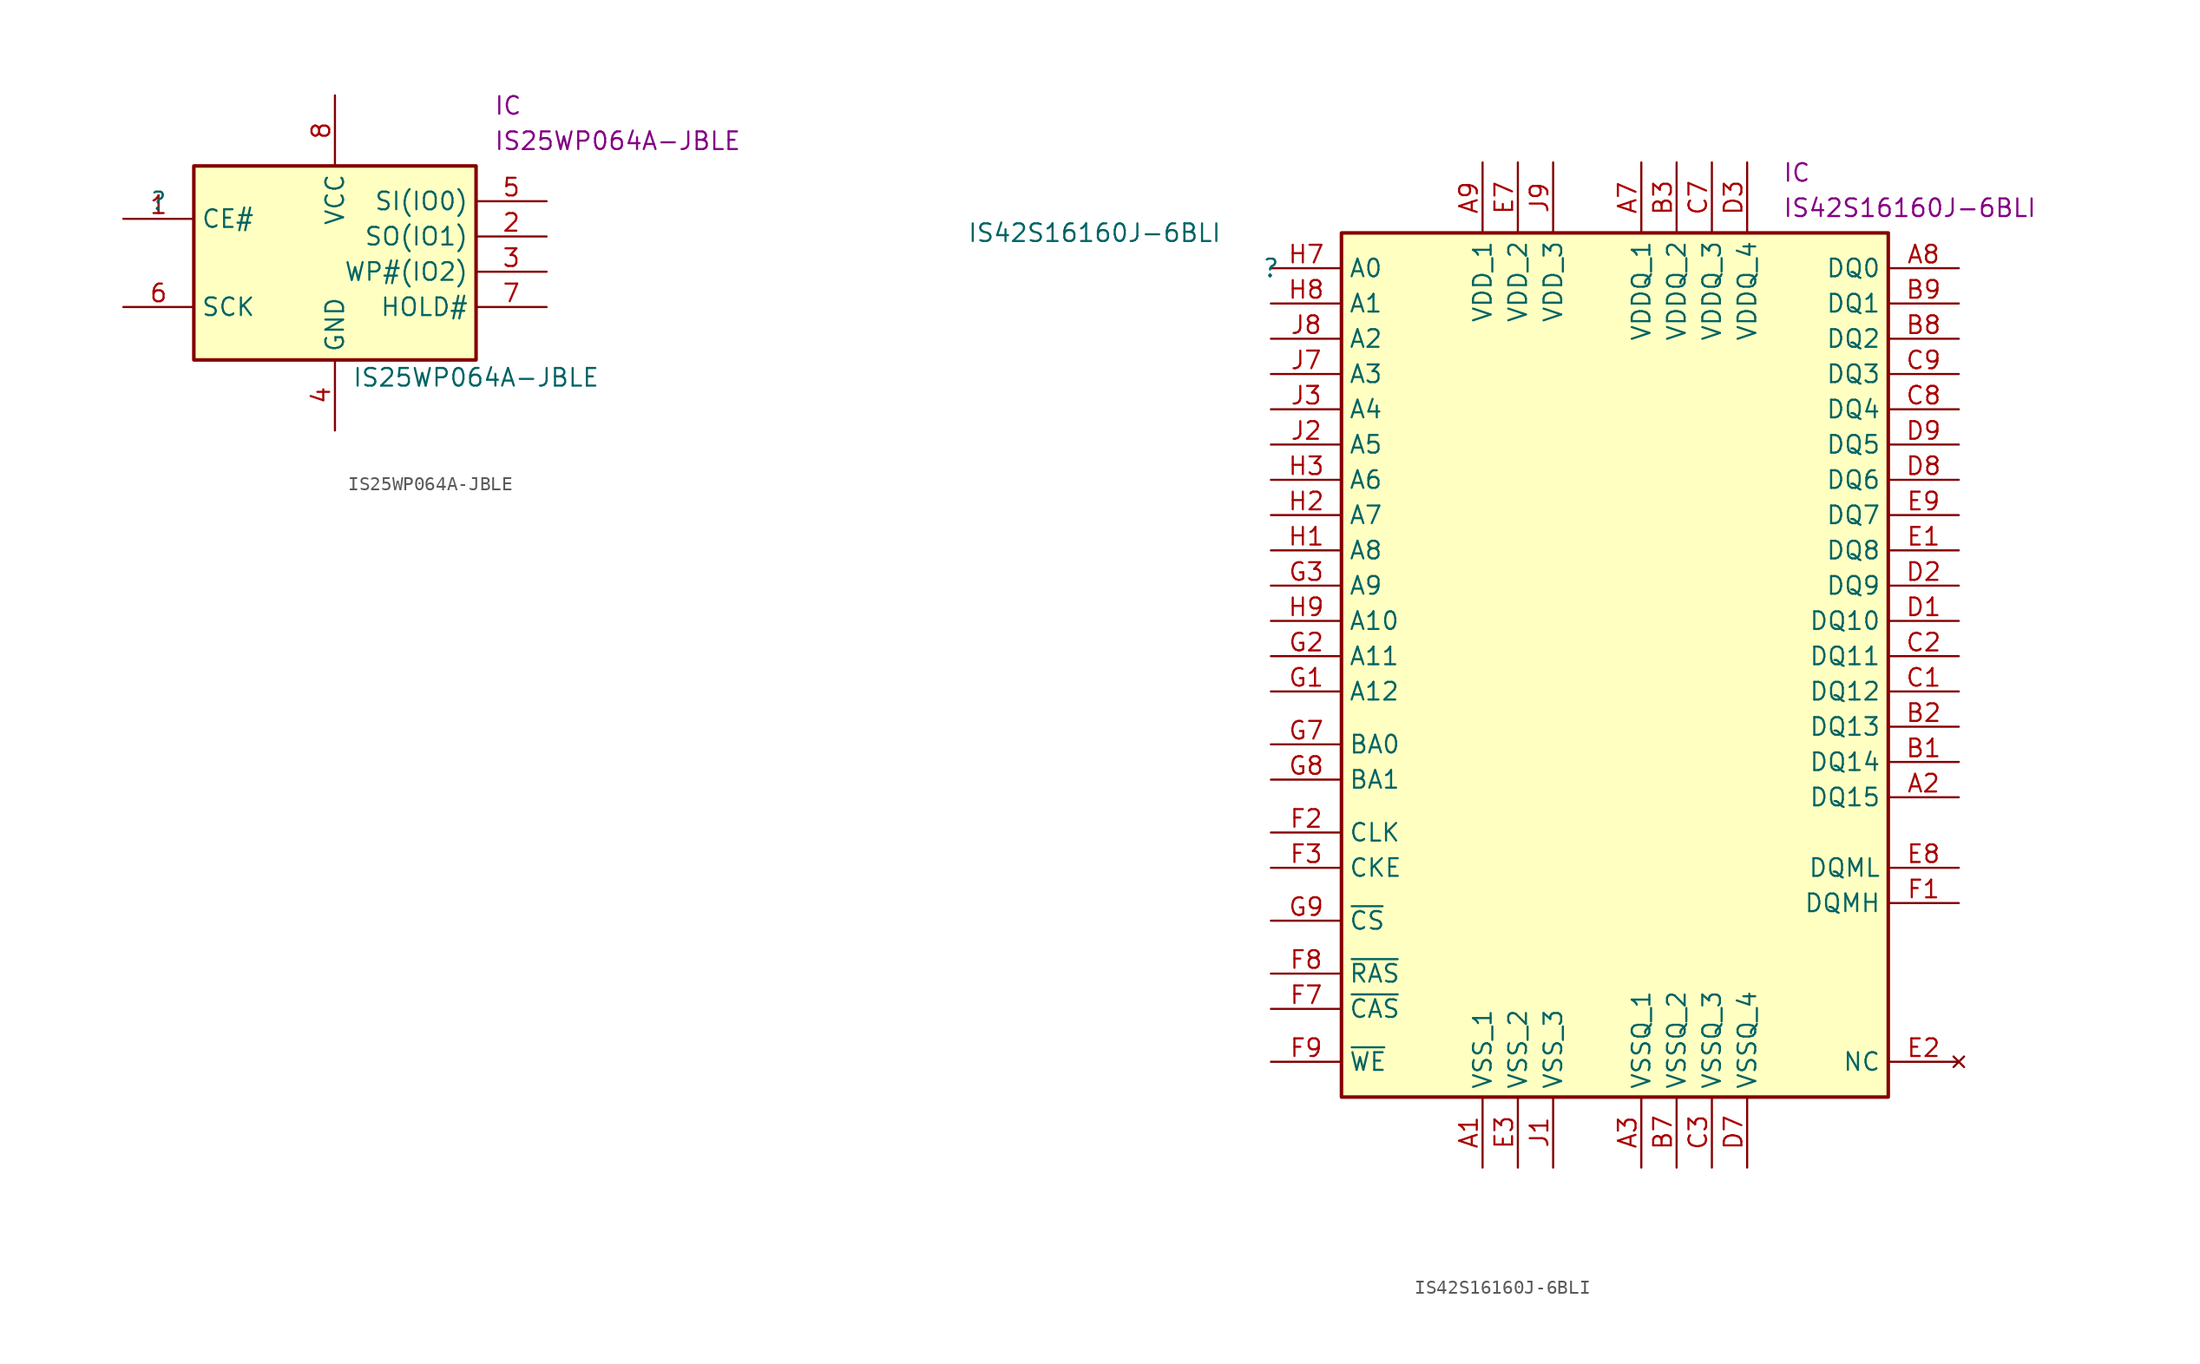
<source format=kicad_sym>
(kicad_symbol_lib
  (version 20211014)
  (generator kicad_symbol_editor)
  (symbol "IS25WP064A-JBLE"
    (property "Reference" ""
      (at 0 0 0)
      (effects (font (size 1.27 1.27))))
    (property "Value" "IS25WP064A-JBLE"
      (at 22.86 -12.7 0)
      (effects (font (size 1.27 1.27))))
    (property "Reference_1" "IC"
      (at 24.13 7.62 0)
      (effects (font (size 1.27 1.27)) (justify left top)))
    (property "Value_1" "IS25WP064A-JBLE"
      (at 24.13 5.08 0)
      (effects (font (size 1.27 1.27)) (justify left top)))
    (symbol "IS25WP064A-JBLE_1_1"
      (rectangle (start 2.54 2.54) (end 22.86 -11.43) (stroke (width 0.254) (type default) (color 0 0 0 0)) (fill (type background)))
      (pin passive line (at -2.54 -1.27 0) (length 5.08) (name "CE#" (effects (font (size 1.27 1.27)))) (number "1" (effects (font (size 1.27 1.27)))))
      (pin passive line (at 27.94 -2.54 180) (length 5.08) (name "SO(IO1)" (effects (font (size 1.27 1.27)))) (number "2" (effects (font (size 1.27 1.27)))))
      (pin passive line (at 27.94 -5.08 180) (length 5.08) (name "WP#(IO2)" (effects (font (size 1.27 1.27)))) (number "3" (effects (font (size 1.27 1.27)))))
      (pin power_in line (at 12.7 -16.51 90) (length 5.08) (name "GND" (effects (font (size 1.27 1.27)))) (number "4" (effects (font (size 1.27 1.27)))))
      (pin passive line (at 27.94 0 180) (length 5.08) (name "SI(IO0)" (effects (font (size 1.27 1.27)))) (number "5" (effects (font (size 1.27 1.27)))))
      (pin passive line (at -2.54 -7.62 0) (length 5.08) (name "SCK" (effects (font (size 1.27 1.27)))) (number "6" (effects (font (size 1.27 1.27)))))
      (pin passive line (at 27.94 -7.62 180) (length 5.08) (name "HOLD#" (effects (font (size 1.27 1.27)))) (number "7" (effects (font (size 1.27 1.27)))))
      (pin power_in line (at 12.7 7.62 270) (length 5.08) (name "VCC" (effects (font (size 1.27 1.27)))) (number "8" (effects (font (size 1.27 1.27)))))))
  (symbol "IS42S16160J-6BLI"
    (property "Reference" ""
      (at 0 0 0)
      (effects (font (size 1.27 1.27))))
    (property "Value" "IS42S16160J-6BLI"
      (at -12.7 2.54 0)
      (effects (font (size 1.27 1.27))))
    (property "Reference_1" "IC"
      (at 36.83 7.62 0)
      (effects (font (size 1.27 1.27)) (justify left top)))
    (property "Value_1" "IS42S16160J-6BLI"
      (at 36.83 5.08 0)
      (effects (font (size 1.27 1.27)) (justify left top)))
    (symbol "IS42S16160J-6BLI_1_1"
      (rectangle (start 5.08 2.54) (end 44.45 -59.69) (stroke (width 0.254) (type default) (color 0 0 0 0)) (fill (type background)))
      (pin power_in line (at 15.24 -64.77 90) (length 5.08) (name "VSS_1" (effects (font (size 1.27 1.27)))) (number "A1" (effects (font (size 1.27 1.27)))))
      (pin passive line (at 49.53 -38.1 180) (length 5.08) (name "DQ15" (effects (font (size 1.27 1.27)))) (number "A2" (effects (font (size 1.27 1.27)))))
      (pin power_in line (at 26.67 -64.77 90) (length 5.08) (name "VSSQ_1" (effects (font (size 1.27 1.27)))) (number "A3" (effects (font (size 1.27 1.27)))))
      (pin power_in line (at 26.67 7.62 270) (length 5.08) (name "VDDQ_1" (effects (font (size 1.27 1.27)))) (number "A7" (effects (font (size 1.27 1.27)))))
      (pin passive line (at 49.53 0 180) (length 5.08) (name "DQ0" (effects (font (size 1.27 1.27)))) (number "A8" (effects (font (size 1.27 1.27)))))
      (pin power_in line (at 15.24 7.62 270) (length 5.08) (name "VDD_1" (effects (font (size 1.27 1.27)))) (number "A9" (effects (font (size 1.27 1.27)))))
      (pin passive line (at 49.53 -35.56 180) (length 5.08) (name "DQ14" (effects (font (size 1.27 1.27)))) (number "B1" (effects (font (size 1.27 1.27)))))
      (pin passive line (at 49.53 -33.02 180) (length 5.08) (name "DQ13" (effects (font (size 1.27 1.27)))) (number "B2" (effects (font (size 1.27 1.27)))))
      (pin power_in line (at 29.21 7.62 270) (length 5.08) (name "VDDQ_2" (effects (font (size 1.27 1.27)))) (number "B3" (effects (font (size 1.27 1.27)))))
      (pin power_in line (at 29.21 -64.77 90) (length 5.08) (name "VSSQ_2" (effects (font (size 1.27 1.27)))) (number "B7" (effects (font (size 1.27 1.27)))))
      (pin passive line (at 49.53 -5.08 180) (length 5.08) (name "DQ2" (effects (font (size 1.27 1.27)))) (number "B8" (effects (font (size 1.27 1.27)))))
      (pin passive line (at 49.53 -2.54 180) (length 5.08) (name "DQ1" (effects (font (size 1.27 1.27)))) (number "B9" (effects (font (size 1.27 1.27)))))
      (pin passive line (at 49.53 -30.48 180) (length 5.08) (name "DQ12" (effects (font (size 1.27 1.27)))) (number "C1" (effects (font (size 1.27 1.27)))))
      (pin passive line (at 49.53 -27.94 180) (length 5.08) (name "DQ11" (effects (font (size 1.27 1.27)))) (number "C2" (effects (font (size 1.27 1.27)))))
      (pin power_in line (at 31.75 -64.77 90) (length 5.08) (name "VSSQ_3" (effects (font (size 1.27 1.27)))) (number "C3" (effects (font (size 1.27 1.27)))))
      (pin power_in line (at 31.75 7.62 270) (length 5.08) (name "VDDQ_3" (effects (font (size 1.27 1.27)))) (number "C7" (effects (font (size 1.27 1.27)))))
      (pin passive line (at 49.53 -10.16 180) (length 5.08) (name "DQ4" (effects (font (size 1.27 1.27)))) (number "C8" (effects (font (size 1.27 1.27)))))
      (pin passive line (at 49.53 -7.62 180) (length 5.08) (name "DQ3" (effects (font (size 1.27 1.27)))) (number "C9" (effects (font (size 1.27 1.27)))))
      (pin passive line (at 49.53 -25.4 180) (length 5.08) (name "DQ10" (effects (font (size 1.27 1.27)))) (number "D1" (effects (font (size 1.27 1.27)))))
      (pin passive line (at 49.53 -22.86 180) (length 5.08) (name "DQ9" (effects (font (size 1.27 1.27)))) (number "D2" (effects (font (size 1.27 1.27)))))
      (pin power_in line (at 34.29 7.62 270) (length 5.08) (name "VDDQ_4" (effects (font (size 1.27 1.27)))) (number "D3" (effects (font (size 1.27 1.27)))))
      (pin power_in line (at 34.29 -64.77 90) (length 5.08) (name "VSSQ_4" (effects (font (size 1.27 1.27)))) (number "D7" (effects (font (size 1.27 1.27)))))
      (pin passive line (at 49.53 -15.24 180) (length 5.08) (name "DQ6" (effects (font (size 1.27 1.27)))) (number "D8" (effects (font (size 1.27 1.27)))))
      (pin passive line (at 49.53 -12.7 180) (length 5.08) (name "DQ5" (effects (font (size 1.27 1.27)))) (number "D9" (effects (font (size 1.27 1.27)))))
      (pin passive line (at 49.53 -20.32 180) (length 5.08) (name "DQ8" (effects (font (size 1.27 1.27)))) (number "E1" (effects (font (size 1.27 1.27)))))
      (pin no_connect line (at 49.53 -57.15 180) (length 5.08) (name "NC" (effects (font (size 1.27 1.27)))) (number "E2" (effects (font (size 1.27 1.27)))))
      (pin power_in line (at 17.78 -64.77 90) (length 5.08) (name "VSS_2" (effects (font (size 1.27 1.27)))) (number "E3" (effects (font (size 1.27 1.27)))))
      (pin power_in line (at 17.78 7.62 270) (length 5.08) (name "VDD_2" (effects (font (size 1.27 1.27)))) (number "E7" (effects (font (size 1.27 1.27)))))
      (pin passive line (at 49.53 -43.18 180) (length 5.08) (name "DQML" (effects (font (size 1.27 1.27)))) (number "E8" (effects (font (size 1.27 1.27)))))
      (pin passive line (at 49.53 -17.78 180) (length 5.08) (name "DQ7" (effects (font (size 1.27 1.27)))) (number "E9" (effects (font (size 1.27 1.27)))))
      (pin passive line (at 49.53 -45.72 180) (length 5.08) (name "DQMH" (effects (font (size 1.27 1.27)))) (number "F1" (effects (font (size 1.27 1.27)))))
      (pin passive line (at 0 -40.64 0) (length 5.08) (name "CLK" (effects (font (size 1.27 1.27)))) (number "F2" (effects (font (size 1.27 1.27)))))
      (pin passive line (at 0 -43.18 0) (length 5.08) (name "CKE" (effects (font (size 1.27 1.27)))) (number "F3" (effects (font (size 1.27 1.27)))))
      (pin passive line (at 0 -53.34 0) (length 5.08) (name "~{CAS}" (effects (font (size 1.27 1.27)))) (number "F7" (effects (font (size 1.27 1.27)))))
      (pin passive line (at 0 -50.8 0) (length 5.08) (name "~{RAS}" (effects (font (size 1.27 1.27)))) (number "F8" (effects (font (size 1.27 1.27)))))
      (pin passive line (at 0 -57.15 0) (length 5.08) (name "~{WE}" (effects (font (size 1.27 1.27)))) (number "F9" (effects (font (size 1.27 1.27)))))
      (pin passive line (at 0 -30.48 0) (length 5.08) (name "A12" (effects (font (size 1.27 1.27)))) (number "G1" (effects (font (size 1.27 1.27)))))
      (pin passive line (at 0 -27.94 0) (length 5.08) (name "A11" (effects (font (size 1.27 1.27)))) (number "G2" (effects (font (size 1.27 1.27)))))
      (pin passive line (at 0 -22.86 0) (length 5.08) (name "A9" (effects (font (size 1.27 1.27)))) (number "G3" (effects (font (size 1.27 1.27)))))
      (pin passive line (at 0 -34.29 0) (length 5.08) (name "BA0" (effects (font (size 1.27 1.27)))) (number "G7" (effects (font (size 1.27 1.27)))))
      (pin passive line (at 0 -36.83 0) (length 5.08) (name "BA1" (effects (font (size 1.27 1.27)))) (number "G8" (effects (font (size 1.27 1.27)))))
      (pin passive line (at 0 -46.99 0) (length 5.08) (name "~{CS}" (effects (font (size 1.27 1.27)))) (number "G9" (effects (font (size 1.27 1.27)))))
      (pin passive line (at 0 -20.32 0) (length 5.08) (name "A8" (effects (font (size 1.27 1.27)))) (number "H1" (effects (font (size 1.27 1.27)))))
      (pin passive line (at 0 -17.78 0) (length 5.08) (name "A7" (effects (font (size 1.27 1.27)))) (number "H2" (effects (font (size 1.27 1.27)))))
      (pin passive line (at 0 -15.24 0) (length 5.08) (name "A6" (effects (font (size 1.27 1.27)))) (number "H3" (effects (font (size 1.27 1.27)))))
      (pin passive line (at 0 0 0) (length 5.08) (name "A0" (effects (font (size 1.27 1.27)))) (number "H7" (effects (font (size 1.27 1.27)))))
      (pin passive line (at 0 -2.54 0) (length 5.08) (name "A1" (effects (font (size 1.27 1.27)))) (number "H8" (effects (font (size 1.27 1.27)))))
      (pin passive line (at 0 -25.4 0) (length 5.08) (name "A10" (effects (font (size 1.27 1.27)))) (number "H9" (effects (font (size 1.27 1.27)))))
      (pin power_in line (at 20.32 -64.77 90) (length 5.08) (name "VSS_3" (effects (font (size 1.27 1.27)))) (number "J1" (effects (font (size 1.27 1.27)))))
      (pin passive line (at 0 -12.7 0) (length 5.08) (name "A5" (effects (font (size 1.27 1.27)))) (number "J2" (effects (font (size 1.27 1.27)))))
      (pin passive line (at 0 -10.16 0) (length 5.08) (name "A4" (effects (font (size 1.27 1.27)))) (number "J3" (effects (font (size 1.27 1.27)))))
      (pin passive line (at 0 -7.62 0) (length 5.08) (name "A3" (effects (font (size 1.27 1.27)))) (number "J7" (effects (font (size 1.27 1.27)))))
      (pin passive line (at 0 -5.08 0) (length 5.08) (name "A2" (effects (font (size 1.27 1.27)))) (number "J8" (effects (font (size 1.27 1.27)))))
      (pin power_in line (at 20.32 7.62 270) (length 5.08) (name "VDD_3" (effects (font (size 1.27 1.27)))) (number "J9" (effects (font (size 1.27 1.27))))))))
</source>
